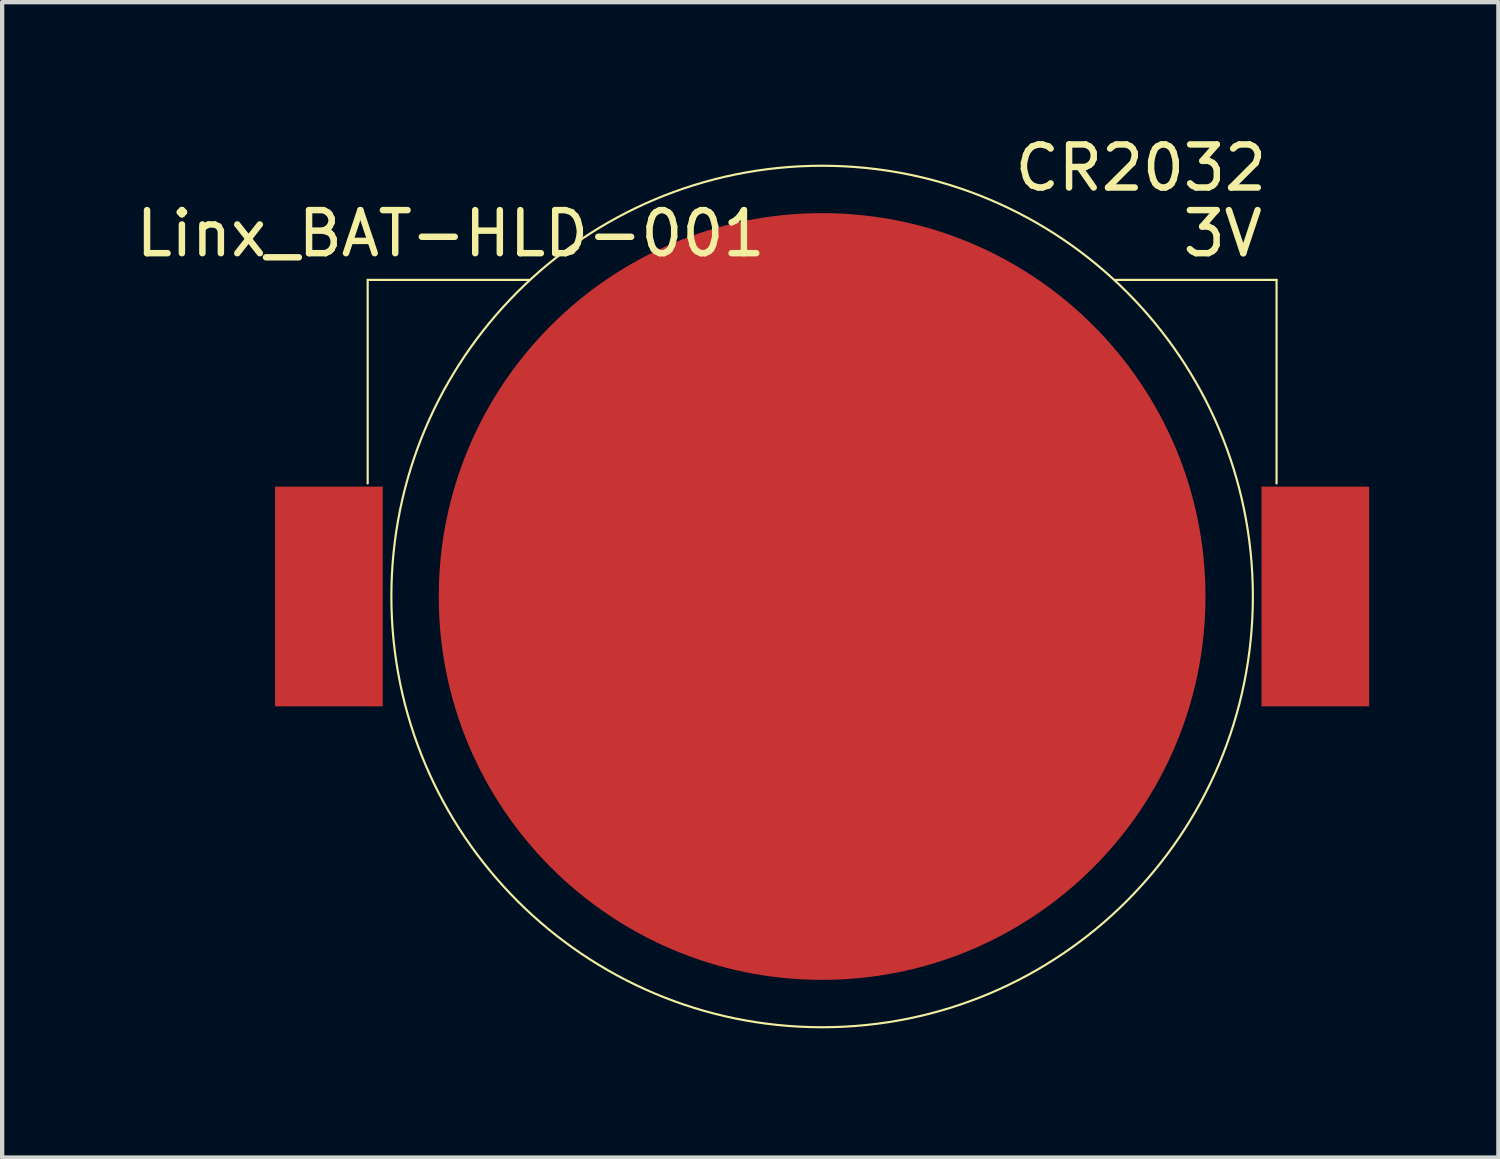
<source format=kicad_pcb>
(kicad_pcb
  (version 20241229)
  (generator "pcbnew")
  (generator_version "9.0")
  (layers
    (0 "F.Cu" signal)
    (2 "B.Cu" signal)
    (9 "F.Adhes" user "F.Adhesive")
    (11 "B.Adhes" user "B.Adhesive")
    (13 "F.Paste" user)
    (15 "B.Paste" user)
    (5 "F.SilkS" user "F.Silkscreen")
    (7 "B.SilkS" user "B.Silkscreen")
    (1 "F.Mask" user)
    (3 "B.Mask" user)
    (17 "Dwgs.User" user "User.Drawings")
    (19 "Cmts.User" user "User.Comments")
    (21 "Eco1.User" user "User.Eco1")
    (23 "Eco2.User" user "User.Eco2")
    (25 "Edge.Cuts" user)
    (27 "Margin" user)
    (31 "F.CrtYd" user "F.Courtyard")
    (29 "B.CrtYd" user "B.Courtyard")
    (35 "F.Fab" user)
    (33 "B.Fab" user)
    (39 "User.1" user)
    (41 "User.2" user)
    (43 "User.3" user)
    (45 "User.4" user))
  (footprint "Linx_BAT-HLD-001"
    (layer "F.Cu")
    (at 16.036 10.798)
    (property "Reference" "Linx_BAT-HLD-001" (at -8.625 -8.425 0) (layer "F.SilkS") (effects (font (size 1 1) (thickness 0.15))))
    (attr through_hole)
    (fp_line (start -10.55 -7.35) (end -6.8 -7.35) (stroke (width 0.05) (type solid)) (layer "F.SilkS"))
    (fp_line (start -10.55 -2.625) (end -10.55 -7.35) (stroke (width 0.05) (type solid)) (layer "F.SilkS"))
    (fp_line (start 10.55 -7.35) (end 6.8 -7.35) (stroke (width 0.05) (type solid)) (layer "F.SilkS"))
    (fp_line (start 10.55 -2.625) (end 10.55 -7.35) (stroke (width 0.05) (type solid)) (layer "F.SilkS"))
    (fp_circle (center 0 0) (end 10 0) (stroke (width 0.05) (type solid)) (fill no) (layer "F.SilkS"))
    (fp_text user "3V" (at 9.3 -8.425 0) (layer "F.SilkS") (effects (font (size 1 1) (thickness 0.15))))
    (fp_text user "CR2032" (at 7.4 -9.95 0) (layer "F.SilkS") (effects (font (size 1 1) (thickness 0.15))))
    (pad "1" smd rect (at -11.45 0) (size 2.5 5.1) (layers "F.Cu" "F.Mask"))
    (pad "1" smd rect (at 11.45 0) (size 2.5 5.1) (layers "F.Cu" "F.Mask"))
    (pad "2" smd circle (at 0 0) (size 17.8 17.8) (layers "F.Cu" "F.Mask")))
  (gr_rect
    (start -3 -3)
    (end 31.736 23.823)
    (stroke (width 0.1) (type default))
    (fill no)
    (layer "Edge.Cuts")))
</source>
